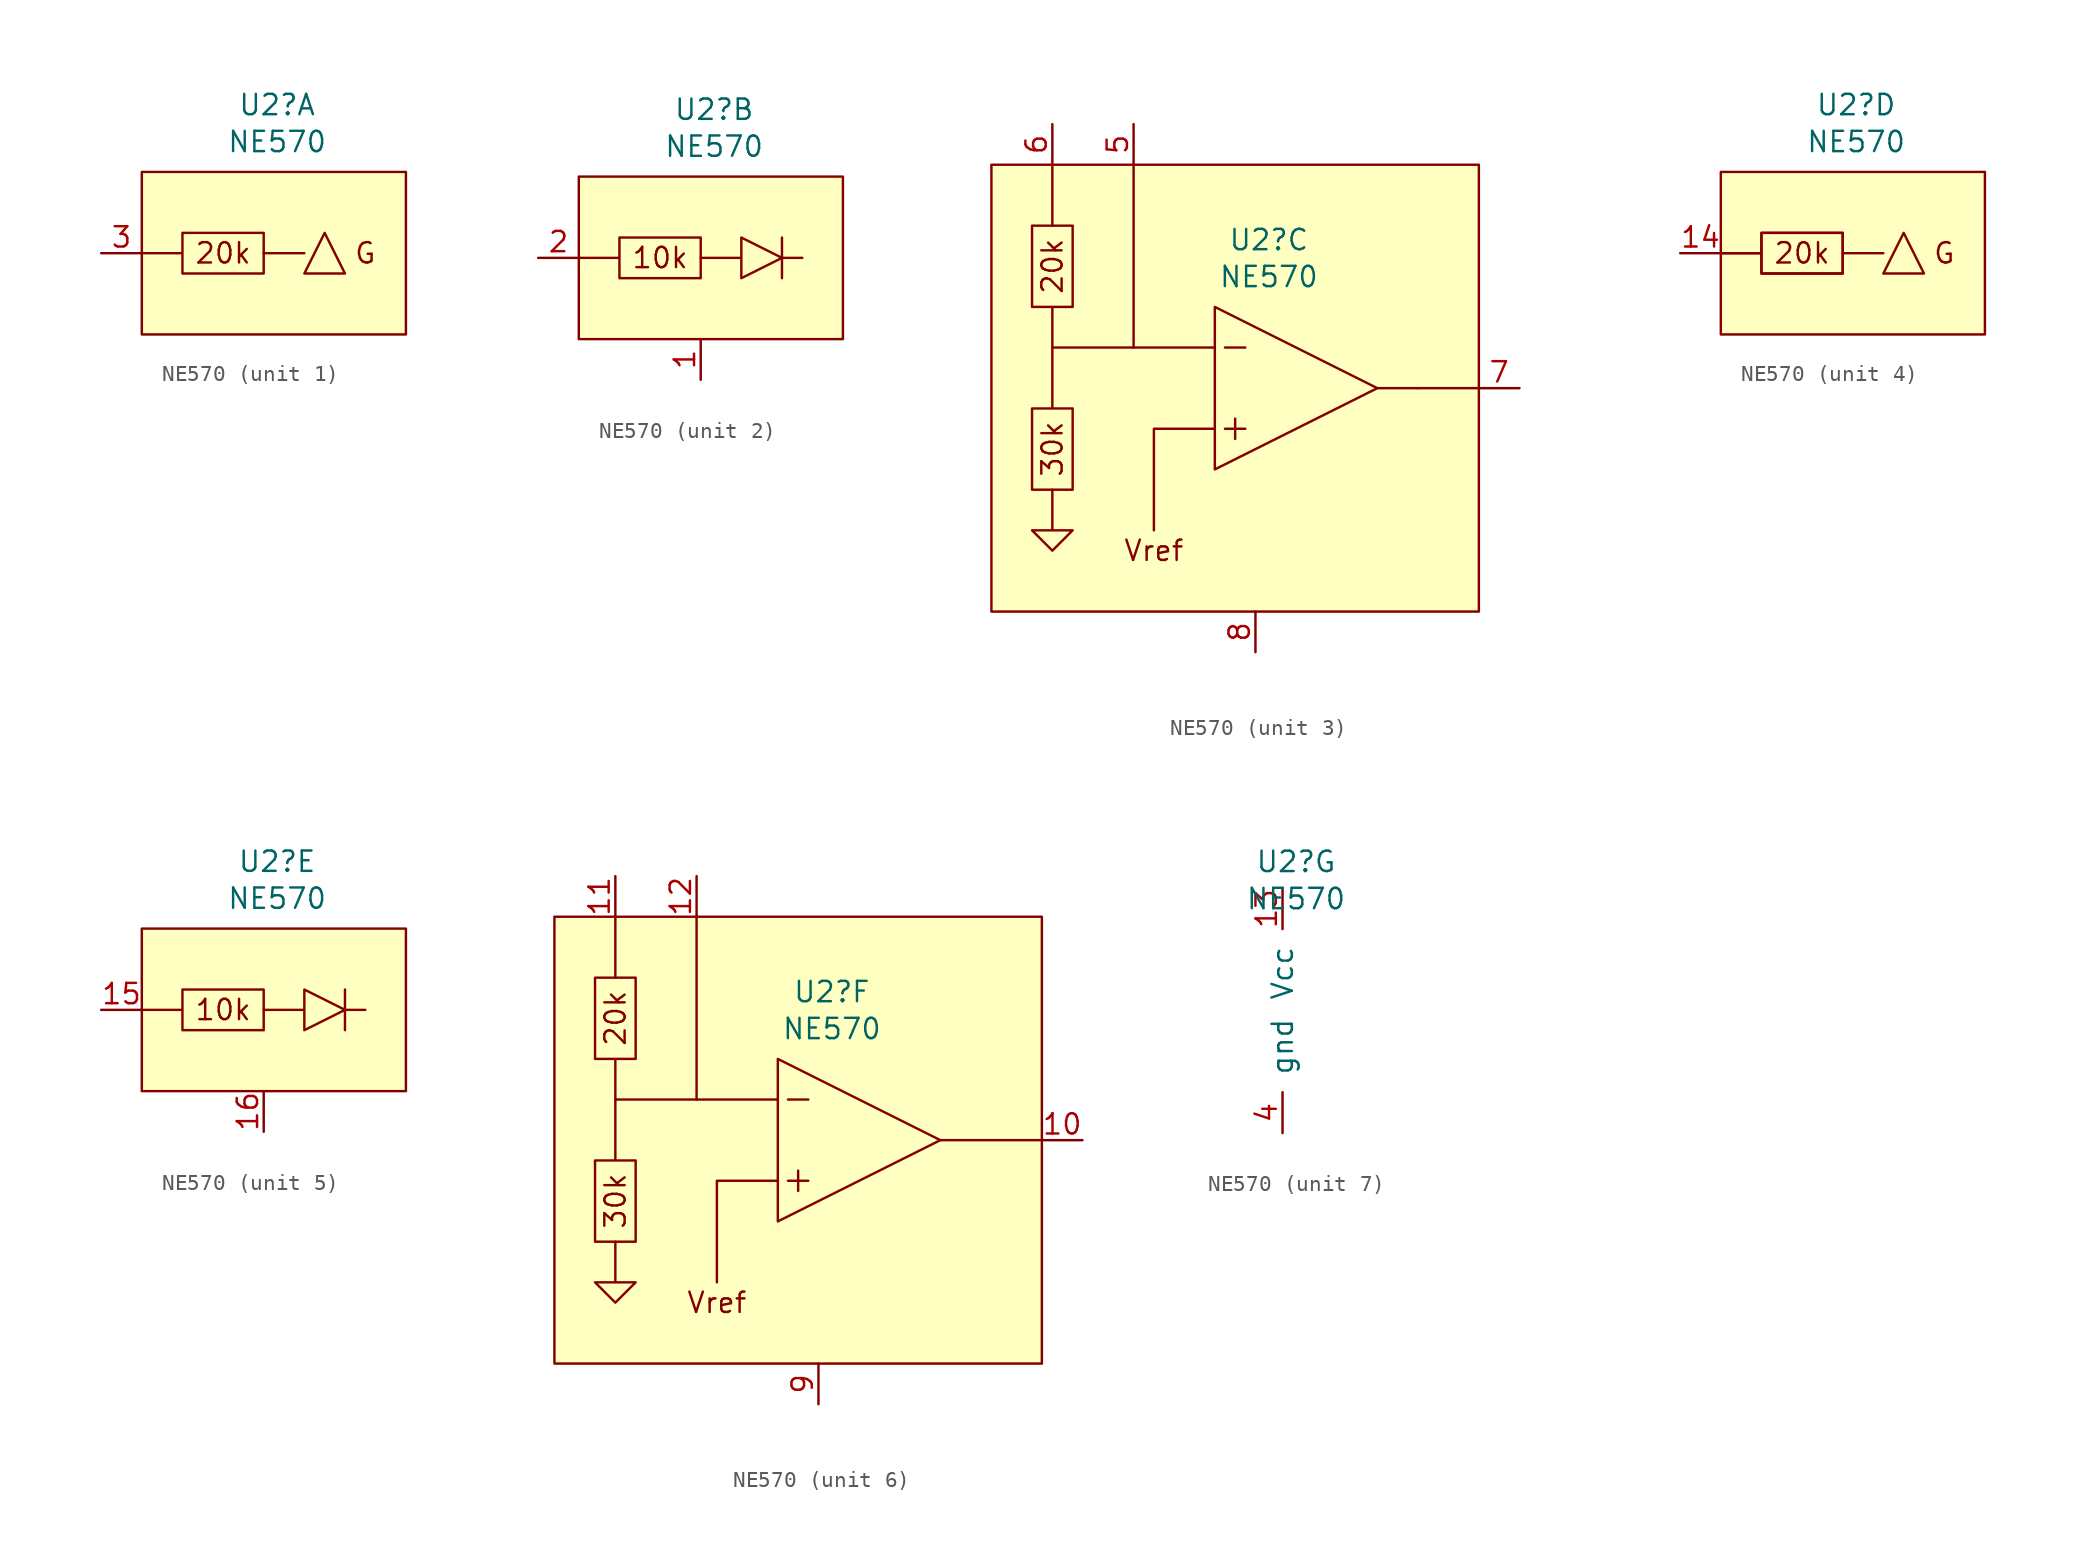
<source format=kicad_sym>
(kicad_symbol_lib
  (version 20211014)
  (generator kicad_symbol_editor)
  (symbol "NE570"
    (pin_names
      (offset 1.016))
    (property "Reference" "U2"
      (at 0.838 9.271 0)
      (effects (font (size 1.27 1.27))))
    (property "Value" "NE570"
      (at 0.838 6.96 0)
      (effects (font (size 1.27 1.27))))
    (property "ki_locked" ""
      (at 0 0 0)
      (effects (font (size 1.27 1.27))))
    (symbol "NE570_1_0"
      (polyline (pts (xy 0 0) (xy 2.54 0)) (stroke (width 0) (type default) (color 0 0 0 0)) (fill (type none)))
      (text "20k" (at -2.54 0 0) (effects (font (size 1.27 1.27)))))
    (symbol "NE570_1_1"
      (rectangle (start -7.62 5.08) (end 8.89 -5.08) (stroke (width 0) (type default) (color 0 0 0 0)) (fill (type background)))
      (polyline (pts (xy 2.54 -1.27) (xy 3.81 1.27) (xy 5.08 -1.27) (xy 2.54 -1.27)) (stroke (width 0) (type default) (color 0 0 0 0)) (fill (type none)))
      (polyline (pts (xy -7.62 0) (xy -5.08 0) (xy -5.08 1.27) (xy 0 1.27) (xy 0 -1.27) (xy -5.08 -1.27) (xy -5.08 0)) (stroke (width 0) (type default) (color 0 0 0 0)) (fill (type none)))
      (text "G" (at 6.35 0 0) (effects (font (size 1.27 1.27))))
      (pin input line (at -10.16 0 0) (length 2.54) (name "~" (effects (font (size 1.27 1.27)))) (number "3" (effects (font (size 1.27 1.27))))))
    (symbol "NE570_2_1"
      (rectangle (start -7.62 5.08) (end 8.89 -5.08) (stroke (width 0) (type default) (color 0 0 0 0)) (fill (type background)))
      (polyline (pts (xy 5.08 0) (xy 6.35 0)) (stroke (width 0) (type default) (color 0 0 0 0)) (fill (type none)))
      (polyline (pts (xy 5.08 1.27) (xy 5.08 -1.27)) (stroke (width 0) (type default) (color 0 0 0 0)) (fill (type none)))
      (polyline (pts (xy 0 0) (xy 2.54 0) (xy 2.54 1.27) (xy 5.08 0) (xy 2.54 -1.27) (xy 2.54 0) (xy 2.54 -1.27)) (stroke (width 0) (type default) (color 0 0 0 0)) (fill (type none)))
      (polyline (pts (xy -7.62 0) (xy -5.08 0) (xy -5.08 1.27) (xy -1.27 1.27) (xy 0 1.27) (xy 0 -1.27) (xy -5.08 -1.27) (xy -5.08 0)) (stroke (width 0) (type default) (color 0 0 0 0)) (fill (type none)))
      (text "10k" (at -2.54 0 0) (effects (font (size 1.27 1.27))))
      (pin input line (at 0 -7.62 90) (length 2.54) (name "~" (effects (font (size 1.27 1.27)))) (number "1" (effects (font (size 1.27 1.27)))))
      (pin input line (at -10.16 0 0) (length 2.54) (name "~" (effects (font (size 1.27 1.27)))) (number "2" (effects (font (size 1.27 1.27))))))
    (symbol "NE570_3_1"
      (rectangle (start -16.51 -13.97) (end 13.97 13.97) (stroke (width 0) (type default) (color 0 0 0 0)) (fill (type background)))
      (polyline (pts (xy -12.7 10.16) (xy -12.7 13.97)) (stroke (width 0) (type default) (color 0 0 0 0)) (fill (type none)))
      (polyline (pts (xy -7.62 2.54) (xy -7.62 13.97)) (stroke (width 0) (type default) (color 0 0 0 0)) (fill (type none)))
      (polyline (pts (xy -1.905 -2.54) (xy -0.635 -2.54)) (stroke (width 0) (type default) (color 0 0 0 0)) (fill (type none)))
      (polyline (pts (xy -1.905 2.54) (xy -0.635 2.54)) (stroke (width 0) (type default) (color 0 0 0 0)) (fill (type none)))
      (polyline (pts (xy -1.27 -3.175) (xy -1.27 -1.905)) (stroke (width 0) (type default) (color 0 0 0 0)) (fill (type none)))
      (polyline (pts (xy 7.62 0) (xy 10.16 0)) (stroke (width 0) (type default) (color 0 0 0 0)) (fill (type none)))
      (polyline (pts (xy 10.16 0) (xy 13.97 0)) (stroke (width 0) (type default) (color 0 0 0 0)) (fill (type none)))
      (polyline (pts (xy -2.54 -2.54) (xy -6.35 -2.54) (xy -6.35 -8.89)) (stroke (width 0) (type default) (color 0 0 0 0)) (fill (type none)))
      (polyline (pts (xy -2.54 5.08) (xy -2.54 -5.08) (xy 7.62 0) (xy -2.54 5.08)) (stroke (width 0) (type default) (color 0 0 0 0)) (fill (type none)))
      (polyline (pts (xy -12.7 -6.35) (xy -12.7 -8.89) (xy -13.97 -8.89) (xy -12.7 -10.16) (xy -11.43 -8.89) (xy -12.7 -8.89)) (stroke (width 0) (type default) (color 0 0 0 0)) (fill (type none)))
      (polyline (pts (xy -12.7 2.54) (xy -12.7 5.08) (xy -13.97 5.08) (xy -13.97 10.16) (xy -11.43 10.16) (xy -11.43 5.08) (xy -12.7 5.08)) (stroke (width 0) (type default) (color 0 0 0 0)) (fill (type none)))
      (polyline (pts (xy -2.54 2.54) (xy -12.7 2.54) (xy -12.7 -1.27) (xy -13.97 -1.27) (xy -13.97 -6.35) (xy -11.43 -6.35) (xy -11.43 -1.27) (xy -12.7 -1.27)) (stroke (width 0) (type default) (color 0 0 0 0)) (fill (type none)))
      (text "20k" (at -12.7 7.62 900) (effects (font (size 1.27 1.27))))
      (text "30k" (at -12.7 -3.81 900) (effects (font (size 1.27 1.27))))
      (text "Vref" (at -6.35 -10.16 0) (effects (font (size 1.27 1.27))))
      (pin input line (at -7.62 16.51 270) (length 2.54) (name "~" (effects (font (size 1.27 1.27)))) (number "5" (effects (font (size 1.27 1.27)))))
      (pin input line (at -12.7 16.51 270) (length 2.54) (name "~" (effects (font (size 1.27 1.27)))) (number "6" (effects (font (size 1.27 1.27)))))
      (pin output line (at 16.51 0 180) (length 2.54) (name "~" (effects (font (size 1.27 1.27)))) (number "7" (effects (font (size 1.27 1.27)))))
      (pin input line (at 0 -16.51 90) (length 2.54) (name "~" (effects (font (size 1.27 1.27)))) (number "8" (effects (font (size 1.27 1.27))))))
    (symbol "NE570_4_0"
      (polyline (pts (xy -7.62 0) (xy -5.08 0) (xy -5.08 1.27) (xy 0 1.27) (xy 0 -1.27) (xy -5.08 -1.27) (xy -5.08 0)) (stroke (width 0) (type default) (color 0 0 0 0)) (fill (type none))))
    (symbol "NE570_4_1"
      (rectangle (start -7.62 5.08) (end 8.89 -5.08) (stroke (width 0) (type default) (color 0 0 0 0)) (fill (type background)))
      (polyline (pts (xy 0 0) (xy 2.54 0)) (stroke (width 0) (type default) (color 0 0 0 0)) (fill (type none)))
      (polyline (pts (xy 2.54 -1.27) (xy 3.81 1.27) (xy 5.08 -1.27) (xy 2.54 -1.27)) (stroke (width 0) (type default) (color 0 0 0 0)) (fill (type none)))
      (polyline (pts (xy -7.62 0) (xy -5.08 0) (xy -5.08 1.27) (xy 0 1.27) (xy 0 -1.27) (xy -5.08 -1.27) (xy -5.08 0)) (stroke (width 0) (type default) (color 0 0 0 0)) (fill (type none)))
      (text "20k" (at -2.54 0 0) (effects (font (size 1.27 1.27))))
      (text "G" (at 6.35 0 0) (effects (font (size 1.27 1.27))))
      (pin input line (at -10.16 0 0) (length 2.54) (name "~" (effects (font (size 1.27 1.27)))) (number "14" (effects (font (size 1.27 1.27))))))
    (symbol "NE570_5_1"
      (rectangle (start -7.62 5.08) (end 8.89 -5.08) (stroke (width 0) (type default) (color 0 0 0 0)) (fill (type background)))
      (polyline (pts (xy 5.08 0) (xy 6.35 0)) (stroke (width 0) (type default) (color 0 0 0 0)) (fill (type none)))
      (polyline (pts (xy 5.08 1.27) (xy 5.08 -1.27)) (stroke (width 0) (type default) (color 0 0 0 0)) (fill (type none)))
      (polyline (pts (xy 0 0) (xy 2.54 0) (xy 2.54 1.27) (xy 5.08 0) (xy 2.54 -1.27) (xy 2.54 0) (xy 2.54 -1.27)) (stroke (width 0) (type default) (color 0 0 0 0)) (fill (type none)))
      (polyline (pts (xy -7.62 0) (xy -5.08 0) (xy -5.08 1.27) (xy -1.27 1.27) (xy 0 1.27) (xy 0 -1.27) (xy -5.08 -1.27) (xy -5.08 0)) (stroke (width 0) (type default) (color 0 0 0 0)) (fill (type none)))
      (text "10k" (at -2.54 0 0) (effects (font (size 1.27 1.27))))
      (pin input line (at -10.16 0 0) (length 2.54) (name "~" (effects (font (size 1.27 1.27)))) (number "15" (effects (font (size 1.27 1.27)))))
      (pin input line (at 0 -7.62 90) (length 2.54) (name "~" (effects (font (size 1.27 1.27)))) (number "16" (effects (font (size 1.27 1.27))))))
    (symbol "NE570_6_1"
      (rectangle (start -16.51 -13.97) (end 13.97 13.97) (stroke (width 0) (type default) (color 0 0 0 0)) (fill (type background)))
      (polyline (pts (xy -12.7 10.16) (xy -12.7 13.97)) (stroke (width 0) (type default) (color 0 0 0 0)) (fill (type none)))
      (polyline (pts (xy -7.62 2.54) (xy -7.62 13.97)) (stroke (width 0) (type default) (color 0 0 0 0)) (fill (type none)))
      (polyline (pts (xy -1.905 -2.54) (xy -0.635 -2.54)) (stroke (width 0) (type default) (color 0 0 0 0)) (fill (type none)))
      (polyline (pts (xy -1.905 2.54) (xy -0.635 2.54)) (stroke (width 0) (type default) (color 0 0 0 0)) (fill (type none)))
      (polyline (pts (xy -1.27 -3.175) (xy -1.27 -1.905)) (stroke (width 0) (type default) (color 0 0 0 0)) (fill (type none)))
      (polyline (pts (xy 7.62 0) (xy 13.97 0)) (stroke (width 0) (type default) (color 0 0 0 0)) (fill (type none)))
      (polyline (pts (xy -2.54 -2.54) (xy -6.35 -2.54) (xy -6.35 -8.89)) (stroke (width 0) (type default) (color 0 0 0 0)) (fill (type none)))
      (polyline (pts (xy -2.54 5.08) (xy -2.54 -5.08) (xy 7.62 0) (xy -2.54 5.08)) (stroke (width 0) (type default) (color 0 0 0 0)) (fill (type none)))
      (polyline (pts (xy -12.7 -6.35) (xy -12.7 -8.89) (xy -13.97 -8.89) (xy -12.7 -10.16) (xy -11.43 -8.89) (xy -12.7 -8.89)) (stroke (width 0) (type default) (color 0 0 0 0)) (fill (type none)))
      (polyline (pts (xy -12.7 2.54) (xy -12.7 5.08) (xy -13.97 5.08) (xy -13.97 10.16) (xy -11.43 10.16) (xy -11.43 5.08) (xy -12.7 5.08)) (stroke (width 0) (type default) (color 0 0 0 0)) (fill (type none)))
      (polyline (pts (xy -2.54 2.54) (xy -12.7 2.54) (xy -12.7 -1.27) (xy -13.97 -1.27) (xy -13.97 -6.35) (xy -11.43 -6.35) (xy -11.43 -1.27) (xy -12.7 -1.27)) (stroke (width 0) (type default) (color 0 0 0 0)) (fill (type none)))
      (text "20k" (at -12.7 7.62 900) (effects (font (size 1.27 1.27))))
      (text "30k" (at -12.7 -3.81 900) (effects (font (size 1.27 1.27))))
      (text "Vref" (at -6.35 -10.16 0) (effects (font (size 1.27 1.27))))
      (pin output line (at 16.51 0 180) (length 2.54) (name "~" (effects (font (size 1.27 1.27)))) (number "10" (effects (font (size 1.27 1.27)))))
      (pin input line (at -12.7 16.51 270) (length 2.54) (name "~" (effects (font (size 1.27 1.27)))) (number "11" (effects (font (size 1.27 1.27)))))
      (pin input line (at -7.62 16.51 270) (length 2.54) (name "~" (effects (font (size 1.27 1.27)))) (number "12" (effects (font (size 1.27 1.27)))))
      (pin input line (at 0 -16.51 90) (length 2.54) (name "~" (effects (font (size 1.27 1.27)))) (number "9" (effects (font (size 1.27 1.27))))))
    (symbol "NE570_7_1"
      (pin power_in line (at 0 7.62 270) (length 2.54) (name "Vcc" (effects (font (size 1.27 1.27)))) (number "13" (effects (font (size 1.27 1.27)))))
      (pin power_in line (at 0 -7.62 90) (length 2.54) (name "gnd" (effects (font (size 1.27 1.27)))) (number "4" (effects (font (size 1.27 1.27))))))))
</source>
